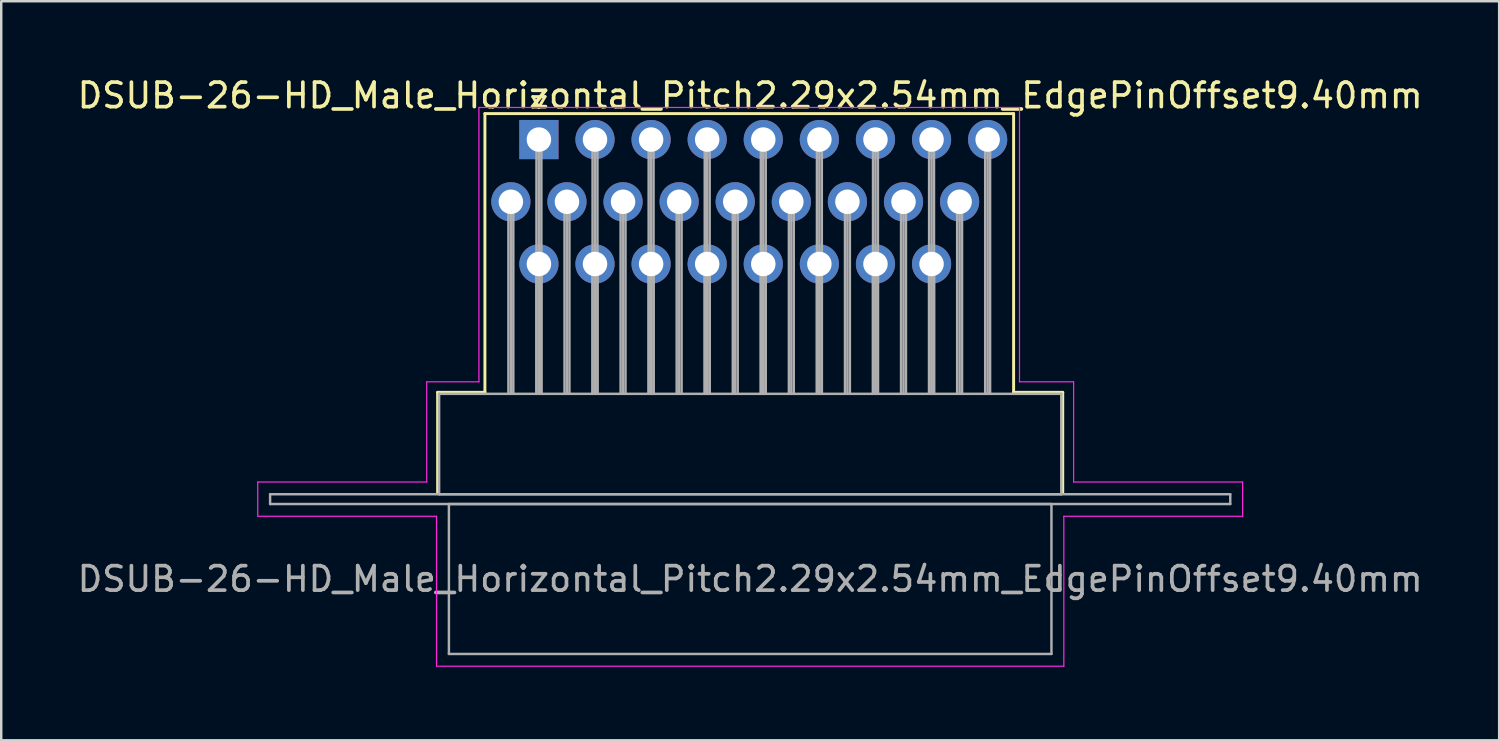
<source format=kicad_pcb>
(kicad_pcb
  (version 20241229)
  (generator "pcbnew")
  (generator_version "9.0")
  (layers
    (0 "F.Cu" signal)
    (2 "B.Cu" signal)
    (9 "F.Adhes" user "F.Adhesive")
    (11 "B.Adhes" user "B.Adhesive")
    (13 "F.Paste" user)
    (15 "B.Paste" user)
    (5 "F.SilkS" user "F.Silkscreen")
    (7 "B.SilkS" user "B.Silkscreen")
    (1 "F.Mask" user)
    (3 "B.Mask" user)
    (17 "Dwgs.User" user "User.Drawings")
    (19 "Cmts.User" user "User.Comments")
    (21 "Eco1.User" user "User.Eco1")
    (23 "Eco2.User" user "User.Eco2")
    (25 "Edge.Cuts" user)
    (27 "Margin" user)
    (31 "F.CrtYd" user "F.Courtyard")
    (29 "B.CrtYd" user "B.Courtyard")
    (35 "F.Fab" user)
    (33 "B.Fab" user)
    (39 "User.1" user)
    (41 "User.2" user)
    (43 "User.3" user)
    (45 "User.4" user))
  (footprint "DSUB-26-HD_Male_Horizontal_Pitch2.29x2.54mm_EdgePinOffset9.40mm"
    (layer "F.Cu")
    (at 18.952 2.648)
    (property "Reference" "DSUB-26-HD_Male_Horizontal_Pitch2.29x2.54mm_EdgePinOffset9.40mm" (at 8.625 -1.8 0) (layer "F.SilkS") (effects (font (size 1 1) (thickness 0.15))))
    (attr through_hole)
    (fp_line (start -4.135 10.32) (end -2.205 10.32) (stroke (width 0.12) (type solid)) (layer "F.SilkS"))
    (fp_line (start -4.135 14.42) (end -4.135 10.32) (stroke (width 0.12) (type solid)) (layer "F.SilkS"))
    (fp_line (start -2.205 -1.06) (end 19.38 -1.06) (stroke (width 0.12) (type solid)) (layer "F.SilkS"))
    (fp_line (start -2.205 10.32) (end -2.205 -1.06) (stroke (width 0.12) (type solid)) (layer "F.SilkS"))
    (fp_line (start -0.25 -1.754) (end 0.25 -1.754) (stroke (width 0.12) (type solid)) (layer "F.SilkS"))
    (fp_line (start 0 -1.321) (end -0.25 -1.754) (stroke (width 0.12) (type solid)) (layer "F.SilkS"))
    (fp_line (start 0.25 -1.754) (end 0 -1.321) (stroke (width 0.12) (type solid)) (layer "F.SilkS"))
    (fp_line (start 19.38 -1.06) (end 19.38 10.32) (stroke (width 0.12) (type solid)) (layer "F.SilkS"))
    (fp_line (start 19.38 10.32) (end 21.385 10.32) (stroke (width 0.12) (type solid)) (layer "F.SilkS"))
    (fp_line (start 21.385 10.32) (end 21.385 14.42) (stroke (width 0.12) (type solid)) (layer "F.SilkS"))
    (fp_line (start -11.48 13.98) (end -4.58 13.98) (stroke (width 0.05) (type solid)) (layer "F.CrtYd"))
    (fp_line (start -11.48 15.38) (end -11.48 13.98) (stroke (width 0.05) (type solid)) (layer "F.CrtYd"))
    (fp_line (start -4.58 9.89) (end -2.45 9.89) (stroke (width 0.05) (type solid)) (layer "F.CrtYd"))
    (fp_line (start -4.58 13.98) (end -4.58 9.89) (stroke (width 0.05) (type solid)) (layer "F.CrtYd"))
    (fp_line (start -4.18 15.38) (end -11.48 15.38) (stroke (width 0.05) (type solid)) (layer "F.CrtYd"))
    (fp_line (start -4.18 21.5) (end -4.18 15.38) (stroke (width 0.05) (type solid)) (layer "F.CrtYd"))
    (fp_line (start -2.45 -1.31) (end 19.62 -1.31) (stroke (width 0.05) (type solid)) (layer "F.CrtYd"))
    (fp_line (start -2.45 9.89) (end -2.45 -1.31) (stroke (width 0.05) (type solid)) (layer "F.CrtYd"))
    (fp_line (start 19.62 -1.31) (end 19.62 9.89) (stroke (width 0.05) (type solid)) (layer "F.CrtYd"))
    (fp_line (start 19.62 9.89) (end 21.83 9.89) (stroke (width 0.05) (type solid)) (layer "F.CrtYd"))
    (fp_line (start 21.43 15.38) (end 21.43 21.5) (stroke (width 0.05) (type solid)) (layer "F.CrtYd"))
    (fp_line (start 21.43 21.5) (end -4.18 21.5) (stroke (width 0.05) (type solid)) (layer "F.CrtYd"))
    (fp_line (start 21.83 9.89) (end 21.83 13.98) (stroke (width 0.05) (type solid)) (layer "F.CrtYd"))
    (fp_line (start 21.83 13.98) (end 28.73 13.98) (stroke (width 0.05) (type solid)) (layer "F.CrtYd"))
    (fp_line (start 28.73 13.98) (end 28.73 15.38) (stroke (width 0.05) (type solid)) (layer "F.CrtYd"))
    (fp_line (start 28.73 15.38) (end 21.43 15.38) (stroke (width 0.05) (type solid)) (layer "F.CrtYd"))
    (fp_line (start -10.975 14.48) (end -10.975 14.88) (stroke (width 0.1) (type solid)) (layer "F.Fab"))
    (fp_line (start -10.975 14.88) (end 28.225 14.88) (stroke (width 0.1) (type solid)) (layer "F.Fab"))
    (fp_line (start -4.075 10.38) (end -4.075 14.48) (stroke (width 0.1) (type solid)) (layer "F.Fab"))
    (fp_line (start -4.075 14.48) (end 21.325 14.48) (stroke (width 0.1) (type solid)) (layer "F.Fab"))
    (fp_line (start -3.675 14.88) (end -3.675 21) (stroke (width 0.1) (type solid)) (layer "F.Fab"))
    (fp_line (start -3.675 21) (end 20.925 21) (stroke (width 0.1) (type solid)) (layer "F.Fab"))
    (fp_line (start -1.245 2.54) (end -1.245 10.38) (stroke (width 0.1) (type solid)) (layer "F.Fab"))
    (fp_line (start -1.145 2.54) (end -1.145 10.38) (stroke (width 0.1) (type solid)) (layer "F.Fab"))
    (fp_line (start -1.045 2.54) (end -1.045 10.38) (stroke (width 0.1) (type solid)) (layer "F.Fab"))
    (fp_line (start -0.1 0) (end -0.1 10.38) (stroke (width 0.1) (type solid)) (layer "F.Fab"))
    (fp_line (start -0.1 5.08) (end -0.1 10.38) (stroke (width 0.1) (type solid)) (layer "F.Fab"))
    (fp_line (start 0 0) (end 0 10.38) (stroke (width 0.1) (type solid)) (layer "F.Fab"))
    (fp_line (start 0 5.08) (end 0 10.38) (stroke (width 0.1) (type solid)) (layer "F.Fab"))
    (fp_line (start 0.1 0) (end 0.1 10.38) (stroke (width 0.1) (type solid)) (layer "F.Fab"))
    (fp_line (start 0.1 5.08) (end 0.1 10.38) (stroke (width 0.1) (type solid)) (layer "F.Fab"))
    (fp_line (start 1.045 2.54) (end 1.045 10.38) (stroke (width 0.1) (type solid)) (layer "F.Fab"))
    (fp_line (start 1.145 2.54) (end 1.145 10.38) (stroke (width 0.1) (type solid)) (layer "F.Fab"))
    (fp_line (start 1.245 2.54) (end 1.245 10.38) (stroke (width 0.1) (type solid)) (layer "F.Fab"))
    (fp_line (start 2.19 0) (end 2.19 10.38) (stroke (width 0.1) (type solid)) (layer "F.Fab"))
    (fp_line (start 2.19 5.08) (end 2.19 10.38) (stroke (width 0.1) (type solid)) (layer "F.Fab"))
    (fp_line (start 2.29 0) (end 2.29 10.38) (stroke (width 0.1) (type solid)) (layer "F.Fab"))
    (fp_line (start 2.29 5.08) (end 2.29 10.38) (stroke (width 0.1) (type solid)) (layer "F.Fab"))
    (fp_line (start 2.39 0) (end 2.39 10.38) (stroke (width 0.1) (type solid)) (layer "F.Fab"))
    (fp_line (start 2.39 5.08) (end 2.39 10.38) (stroke (width 0.1) (type solid)) (layer "F.Fab"))
    (fp_line (start 3.335 2.54) (end 3.335 10.38) (stroke (width 0.1) (type solid)) (layer "F.Fab"))
    (fp_line (start 3.435 2.54) (end 3.435 10.38) (stroke (width 0.1) (type solid)) (layer "F.Fab"))
    (fp_line (start 3.535 2.54) (end 3.535 10.38) (stroke (width 0.1) (type solid)) (layer "F.Fab"))
    (fp_line (start 4.48 0) (end 4.48 10.38) (stroke (width 0.1) (type solid)) (layer "F.Fab"))
    (fp_line (start 4.48 5.08) (end 4.48 10.38) (stroke (width 0.1) (type solid)) (layer "F.Fab"))
    (fp_line (start 4.58 0) (end 4.58 10.38) (stroke (width 0.1) (type solid)) (layer "F.Fab"))
    (fp_line (start 4.58 5.08) (end 4.58 10.38) (stroke (width 0.1) (type solid)) (layer "F.Fab"))
    (fp_line (start 4.68 0) (end 4.68 10.38) (stroke (width 0.1) (type solid)) (layer "F.Fab"))
    (fp_line (start 4.68 5.08) (end 4.68 10.38) (stroke (width 0.1) (type solid)) (layer "F.Fab"))
    (fp_line (start 5.625 2.54) (end 5.625 10.38) (stroke (width 0.1) (type solid)) (layer "F.Fab"))
    (fp_line (start 5.725 2.54) (end 5.725 10.38) (stroke (width 0.1) (type solid)) (layer "F.Fab"))
    (fp_line (start 5.825 2.54) (end 5.825 10.38) (stroke (width 0.1) (type solid)) (layer "F.Fab"))
    (fp_line (start 6.77 0) (end 6.77 10.38) (stroke (width 0.1) (type solid)) (layer "F.Fab"))
    (fp_line (start 6.77 5.08) (end 6.77 10.38) (stroke (width 0.1) (type solid)) (layer "F.Fab"))
    (fp_line (start 6.87 0) (end 6.87 10.38) (stroke (width 0.1) (type solid)) (layer "F.Fab"))
    (fp_line (start 6.87 5.08) (end 6.87 10.38) (stroke (width 0.1) (type solid)) (layer "F.Fab"))
    (fp_line (start 6.97 0) (end 6.97 10.38) (stroke (width 0.1) (type solid)) (layer "F.Fab"))
    (fp_line (start 6.97 5.08) (end 6.97 10.38) (stroke (width 0.1) (type solid)) (layer "F.Fab"))
    (fp_line (start 7.915 2.54) (end 7.915 10.38) (stroke (width 0.1) (type solid)) (layer "F.Fab"))
    (fp_line (start 8.015 2.54) (end 8.015 10.38) (stroke (width 0.1) (type solid)) (layer "F.Fab"))
    (fp_line (start 8.115 2.54) (end 8.115 10.38) (stroke (width 0.1) (type solid)) (layer "F.Fab"))
    (fp_line (start 9.06 0) (end 9.06 10.38) (stroke (width 0.1) (type solid)) (layer "F.Fab"))
    (fp_line (start 9.06 5.08) (end 9.06 10.38) (stroke (width 0.1) (type solid)) (layer "F.Fab"))
    (fp_line (start 9.16 0) (end 9.16 10.38) (stroke (width 0.1) (type solid)) (layer "F.Fab"))
    (fp_line (start 9.16 5.08) (end 9.16 10.38) (stroke (width 0.1) (type solid)) (layer "F.Fab"))
    (fp_line (start 9.26 0) (end 9.26 10.38) (stroke (width 0.1) (type solid)) (layer "F.Fab"))
    (fp_line (start 9.26 5.08) (end 9.26 10.38) (stroke (width 0.1) (type solid)) (layer "F.Fab"))
    (fp_line (start 10.205 2.54) (end 10.205 10.38) (stroke (width 0.1) (type solid)) (layer "F.Fab"))
    (fp_line (start 10.305 2.54) (end 10.305 10.38) (stroke (width 0.1) (type solid)) (layer "F.Fab"))
    (fp_line (start 10.405 2.54) (end 10.405 10.38) (stroke (width 0.1) (type solid)) (layer "F.Fab"))
    (fp_line (start 11.35 0) (end 11.35 10.38) (stroke (width 0.1) (type solid)) (layer "F.Fab"))
    (fp_line (start 11.35 5.08) (end 11.35 10.38) (stroke (width 0.1) (type solid)) (layer "F.Fab"))
    (fp_line (start 11.45 0) (end 11.45 10.38) (stroke (width 0.1) (type solid)) (layer "F.Fab"))
    (fp_line (start 11.45 5.08) (end 11.45 10.38) (stroke (width 0.1) (type solid)) (layer "F.Fab"))
    (fp_line (start 11.55 0) (end 11.55 10.38) (stroke (width 0.1) (type solid)) (layer "F.Fab"))
    (fp_line (start 11.55 5.08) (end 11.55 10.38) (stroke (width 0.1) (type solid)) (layer "F.Fab"))
    (fp_line (start 12.495 2.54) (end 12.495 10.38) (stroke (width 0.1) (type solid)) (layer "F.Fab"))
    (fp_line (start 12.595 2.54) (end 12.595 10.38) (stroke (width 0.1) (type solid)) (layer "F.Fab"))
    (fp_line (start 12.695 2.54) (end 12.695 10.38) (stroke (width 0.1) (type solid)) (layer "F.Fab"))
    (fp_line (start 13.64 0) (end 13.64 10.38) (stroke (width 0.1) (type solid)) (layer "F.Fab"))
    (fp_line (start 13.64 5.08) (end 13.64 10.38) (stroke (width 0.1) (type solid)) (layer "F.Fab"))
    (fp_line (start 13.74 0) (end 13.74 10.38) (stroke (width 0.1) (type solid)) (layer "F.Fab"))
    (fp_line (start 13.74 5.08) (end 13.74 10.38) (stroke (width 0.1) (type solid)) (layer "F.Fab"))
    (fp_line (start 13.84 0) (end 13.84 10.38) (stroke (width 0.1) (type solid)) (layer "F.Fab"))
    (fp_line (start 13.84 5.08) (end 13.84 10.38) (stroke (width 0.1) (type solid)) (layer "F.Fab"))
    (fp_line (start 14.785 2.54) (end 14.785 10.38) (stroke (width 0.1) (type solid)) (layer "F.Fab"))
    (fp_line (start 14.885 2.54) (end 14.885 10.38) (stroke (width 0.1) (type solid)) (layer "F.Fab"))
    (fp_line (start 14.985 2.54) (end 14.985 10.38) (stroke (width 0.1) (type solid)) (layer "F.Fab"))
    (fp_line (start 15.93 0) (end 15.93 10.38) (stroke (width 0.1) (type solid)) (layer "F.Fab"))
    (fp_line (start 15.93 5.08) (end 15.93 10.38) (stroke (width 0.1) (type solid)) (layer "F.Fab"))
    (fp_line (start 16.03 0) (end 16.03 10.38) (stroke (width 0.1) (type solid)) (layer "F.Fab"))
    (fp_line (start 16.03 5.08) (end 16.03 10.38) (stroke (width 0.1) (type solid)) (layer "F.Fab"))
    (fp_line (start 16.13 0) (end 16.13 10.38) (stroke (width 0.1) (type solid)) (layer "F.Fab"))
    (fp_line (start 16.13 5.08) (end 16.13 10.38) (stroke (width 0.1) (type solid)) (layer "F.Fab"))
    (fp_line (start 17.075 2.54) (end 17.075 10.38) (stroke (width 0.1) (type solid)) (layer "F.Fab"))
    (fp_line (start 17.175 2.54) (end 17.175 10.38) (stroke (width 0.1) (type solid)) (layer "F.Fab"))
    (fp_line (start 17.275 2.54) (end 17.275 10.38) (stroke (width 0.1) (type solid)) (layer "F.Fab"))
    (fp_line (start 18.22 0) (end 18.22 10.38) (stroke (width 0.1) (type solid)) (layer "F.Fab"))
    (fp_line (start 18.32 0) (end 18.32 10.38) (stroke (width 0.1) (type solid)) (layer "F.Fab"))
    (fp_line (start 18.42 0) (end 18.42 10.38) (stroke (width 0.1) (type solid)) (layer "F.Fab"))
    (fp_line (start 20.925 14.88) (end -3.675 14.88) (stroke (width 0.1) (type solid)) (layer "F.Fab"))
    (fp_line (start 20.925 21) (end 20.925 14.88) (stroke (width 0.1) (type solid)) (layer "F.Fab"))
    (fp_line (start 21.325 10.38) (end -4.075 10.38) (stroke (width 0.1) (type solid)) (layer "F.Fab"))
    (fp_line (start 21.325 14.48) (end 21.325 10.38) (stroke (width 0.1) (type solid)) (layer "F.Fab"))
    (fp_line (start 28.225 14.48) (end -10.975 14.48) (stroke (width 0.1) (type solid)) (layer "F.Fab"))
    (fp_line (start 28.225 14.88) (end 28.225 14.48) (stroke (width 0.1) (type solid)) (layer "F.Fab"))
    (fp_text user "${REFERENCE}" (at 8.625 17.94 0) (layer "F.Fab") (effects (font (size 1 1) (thickness 0.15))))
    (pad "1" thru_hole rect (at 0 0) (size 1.6 1.6) (drill 1) (layers "*.Cu" "*.Mask"))
    (pad "2" thru_hole circle (at 2.29 0) (size 1.6 1.6) (drill 1) (layers "*.Cu" "*.Mask"))
    (pad "3" thru_hole circle (at 4.58 0) (size 1.6 1.6) (drill 1) (layers "*.Cu" "*.Mask"))
    (pad "4" thru_hole circle (at 6.87 0) (size 1.6 1.6) (drill 1) (layers "*.Cu" "*.Mask"))
    (pad "5" thru_hole circle (at 9.16 0) (size 1.6 1.6) (drill 1) (layers "*.Cu" "*.Mask"))
    (pad "6" thru_hole circle (at 11.45 0) (size 1.6 1.6) (drill 1) (layers "*.Cu" "*.Mask"))
    (pad "7" thru_hole circle (at 13.74 0) (size 1.6 1.6) (drill 1) (layers "*.Cu" "*.Mask"))
    (pad "8" thru_hole circle (at 16.03 0) (size 1.6 1.6) (drill 1) (layers "*.Cu" "*.Mask"))
    (pad "9" thru_hole circle (at 18.32 0) (size 1.6 1.6) (drill 1) (layers "*.Cu" "*.Mask"))
    (pad "10" thru_hole circle (at -1.145 2.54) (size 1.6 1.6) (drill 1) (layers "*.Cu" "*.Mask"))
    (pad "11" thru_hole circle (at 1.145 2.54) (size 1.6 1.6) (drill 1) (layers "*.Cu" "*.Mask"))
    (pad "12" thru_hole circle (at 3.435 2.54) (size 1.6 1.6) (drill 1) (layers "*.Cu" "*.Mask"))
    (pad "13" thru_hole circle (at 5.725 2.54) (size 1.6 1.6) (drill 1) (layers "*.Cu" "*.Mask"))
    (pad "14" thru_hole circle (at 8.015 2.54) (size 1.6 1.6) (drill 1) (layers "*.Cu" "*.Mask"))
    (pad "15" thru_hole circle (at 10.305 2.54) (size 1.6 1.6) (drill 1) (layers "*.Cu" "*.Mask"))
    (pad "16" thru_hole circle (at 12.595 2.54) (size 1.6 1.6) (drill 1) (layers "*.Cu" "*.Mask"))
    (pad "17" thru_hole circle (at 14.885 2.54) (size 1.6 1.6) (drill 1) (layers "*.Cu" "*.Mask"))
    (pad "18" thru_hole circle (at 17.175 2.54) (size 1.6 1.6) (drill 1) (layers "*.Cu" "*.Mask"))
    (pad "19" thru_hole circle (at 0 5.08) (size 1.6 1.6) (drill 1) (layers "*.Cu" "*.Mask"))
    (pad "20" thru_hole circle (at 2.29 5.08) (size 1.6 1.6) (drill 1) (layers "*.Cu" "*.Mask"))
    (pad "21" thru_hole circle (at 4.58 5.08) (size 1.6 1.6) (drill 1) (layers "*.Cu" "*.Mask"))
    (pad "22" thru_hole circle (at 6.87 5.08) (size 1.6 1.6) (drill 1) (layers "*.Cu" "*.Mask"))
    (pad "23" thru_hole circle (at 9.16 5.08) (size 1.6 1.6) (drill 1) (layers "*.Cu" "*.Mask"))
    (pad "24" thru_hole circle (at 11.45 5.08) (size 1.6 1.6) (drill 1) (layers "*.Cu" "*.Mask"))
    (pad "25" thru_hole circle (at 13.74 5.08) (size 1.6 1.6) (drill 1) (layers "*.Cu" "*.Mask"))
    (pad "26" thru_hole circle (at 16.03 5.08) (size 1.6 1.6) (drill 1) (layers "*.Cu" "*.Mask")))
  (gr_rect
    (start -3 -3)
    (end 58.155 27.173)
    (stroke (width 0.1) (type default))
    (fill no)
    (layer "Edge.Cuts")))
</source>
